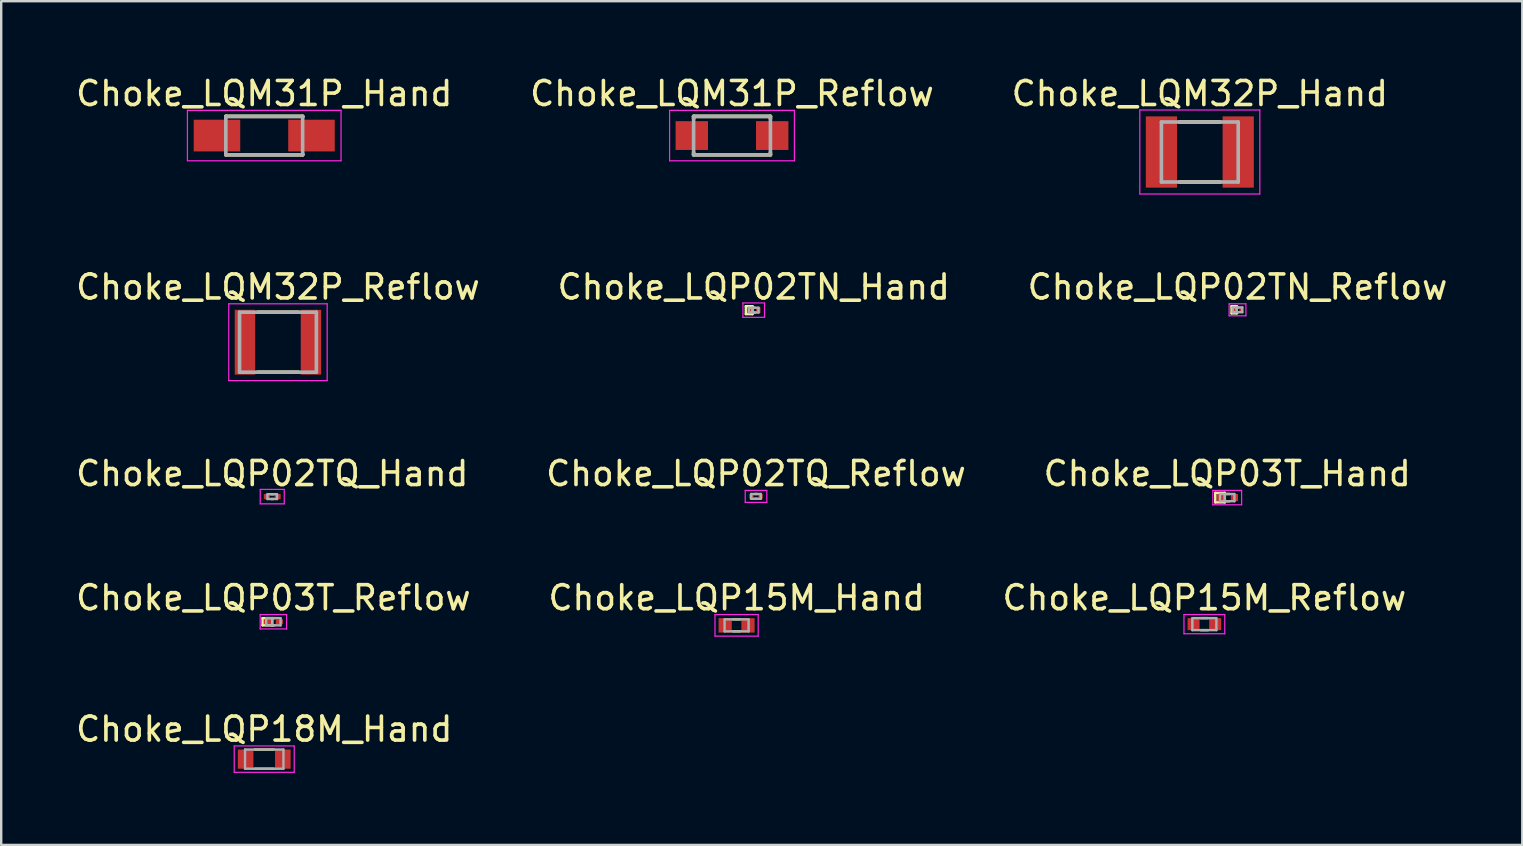
<source format=kicad_pcb>
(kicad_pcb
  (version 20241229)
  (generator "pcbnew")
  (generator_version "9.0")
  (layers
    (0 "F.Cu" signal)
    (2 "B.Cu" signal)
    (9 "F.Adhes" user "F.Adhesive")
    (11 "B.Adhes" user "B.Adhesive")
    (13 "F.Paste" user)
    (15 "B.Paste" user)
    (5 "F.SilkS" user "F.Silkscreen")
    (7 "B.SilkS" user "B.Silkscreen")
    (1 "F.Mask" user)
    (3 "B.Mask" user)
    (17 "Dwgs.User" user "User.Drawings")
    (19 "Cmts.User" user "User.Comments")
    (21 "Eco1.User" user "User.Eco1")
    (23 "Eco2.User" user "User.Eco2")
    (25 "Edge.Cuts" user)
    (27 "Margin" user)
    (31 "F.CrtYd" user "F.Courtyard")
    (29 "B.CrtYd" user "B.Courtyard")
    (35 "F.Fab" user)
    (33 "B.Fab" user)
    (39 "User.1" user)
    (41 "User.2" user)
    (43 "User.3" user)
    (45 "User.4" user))
  (footprint "Choke_LQM31P_Hand"
    (layer "F.Cu")
    (at 7.958 2.598)
    (property "Reference" "Choke_LQM31P_Hand" (at 0 -1.75 0) (layer "F.SilkS") (effects (font (size 1 1) (thickness 0.15))))
    (attr smd)
    (fp_line (start -1.6 -0.8) (end -1.6 -0.76) (stroke (width 0.15) (type solid)) (layer "F.SilkS"))
    (fp_line (start -1.6 -0.8) (end 1.6 -0.8) (stroke (width 0.15) (type solid)) (layer "F.SilkS"))
    (fp_line (start -1.6 0.76) (end -1.6 0.8) (stroke (width 0.15) (type solid)) (layer "F.SilkS"))
    (fp_line (start -1.6 0.8) (end 1.6 0.8) (stroke (width 0.15) (type solid)) (layer "F.SilkS"))
    (fp_line (start 1.6 -0.8) (end 1.6 -0.76) (stroke (width 0.15) (type solid)) (layer "F.SilkS"))
    (fp_line (start 1.6 0.76) (end 1.6 0.8) (stroke (width 0.15) (type solid)) (layer "F.SilkS"))
    (fp_line (start -3.2 -1.05) (end -3.2 1.05) (stroke (width 0.05) (type solid)) (layer "F.CrtYd"))
    (fp_line (start -3.2 -1.05) (end 3.2 -1.05) (stroke (width 0.05) (type solid)) (layer "F.CrtYd"))
    (fp_line (start -3.2 1.05) (end 3.2 1.05) (stroke (width 0.05) (type solid)) (layer "F.CrtYd"))
    (fp_line (start 3.2 -1.05) (end 3.2 1.05) (stroke (width 0.05) (type solid)) (layer "F.CrtYd"))
    (fp_line (start -1.6 -0.8) (end -1.6 0.8) (stroke (width 0.15) (type solid)) (layer "F.Fab"))
    (fp_line (start -1.6 -0.8) (end 1.6 -0.8) (stroke (width 0.15) (type solid)) (layer "F.Fab"))
    (fp_line (start -1.6 0.8) (end 1.6 0.8) (stroke (width 0.15) (type solid)) (layer "F.Fab"))
    (fp_line (start 1.6 -0.8) (end 1.6 0.8) (stroke (width 0.15) (type solid)) (layer "F.Fab"))
    (pad "1" smd rect (at -1.969 0) (size 1.938 1.32) (layers "F.Cu" "F.Mask" "F.Paste"))
    (pad "2" smd rect (at 1.969 0) (size 1.938 1.32) (layers "F.Cu" "F.Mask" "F.Paste")))
  (footprint "Choke_LQP18M_Hand"
    (layer "F.Cu")
    (at 7.958 28.576)
    (property "Reference" "Choke_LQP18M_Hand" (at 0 -1.25 0) (layer "F.SilkS") (effects (font (size 1 1) (thickness 0.15))))
    (attr smd)
    (fp_line (start -0.4 -0.4) (end 0.4 -0.4) (stroke (width 0.1) (type solid)) (layer "F.SilkS"))
    (fp_line (start -0.4 0.4) (end 0.4 0.4) (stroke (width 0.1) (type solid)) (layer "F.SilkS"))
    (fp_line (start -1.25 -0.55) (end -1.25 0.55) (stroke (width 0.05) (type solid)) (layer "F.CrtYd"))
    (fp_line (start -1.25 -0.55) (end 1.25 -0.55) (stroke (width 0.05) (type solid)) (layer "F.CrtYd"))
    (fp_line (start -1.25 0.55) (end 1.25 0.55) (stroke (width 0.05) (type solid)) (layer "F.CrtYd"))
    (fp_line (start 1.25 -0.55) (end 1.25 0.55) (stroke (width 0.05) (type solid)) (layer "F.CrtYd"))
    (fp_line (start -0.8 -0.4) (end -0.8 0.4) (stroke (width 0.1) (type solid)) (layer "F.Fab"))
    (fp_line (start -0.8 -0.4) (end 0.8 -0.4) (stroke (width 0.1) (type solid)) (layer "F.Fab"))
    (fp_line (start -0.8 0.4) (end 0.8 0.4) (stroke (width 0.1) (type solid)) (layer "F.Fab"))
    (fp_line (start 0.8 -0.4) (end 0.8 0.4) (stroke (width 0.1) (type solid)) (layer "F.Fab"))
    (pad "1" smd rect (at -0.775 0) (size 0.65 0.8) (layers "F.Cu" "F.Mask" "F.Paste"))
    (pad "2" smd rect (at 0.775 0) (size 0.65 0.8) (layers "F.Cu" "F.Mask" "F.Paste")))
  (footprint "Choke_LQP02TN_Reflow"
    (layer "F.Cu")
    (at 48.506 9.857)
    (property "Reference" "Choke_LQP02TN_Reflow" (at 0 -0.95 0) (layer "F.SilkS") (effects (font (size 1 1) (thickness 0.15))))
    (attr smd)
    (fp_line (start -0.25 -0.15) (end -0.03 -0.15) (stroke (width 0.1) (type solid)) (layer "F.SilkS"))
    (fp_line (start -0.25 0.15) (end -0.25 -0.15) (stroke (width 0.1) (type solid)) (layer "F.SilkS"))
    (fp_line (start -0.25 0.15) (end -0.03 0.15) (stroke (width 0.1) (type solid)) (layer "F.SilkS"))
    (fp_line (start -0.03 -0.15) (end -0.03 0.15) (stroke (width 0.1) (type solid)) (layer "F.SilkS"))
    (fp_line (start -0.03 -0.1) (end 0.03 -0.1) (stroke (width 0.1) (type solid)) (layer "F.SilkS"))
    (fp_line (start -0.03 0.1) (end 0.03 0.1) (stroke (width 0.1) (type solid)) (layer "F.SilkS"))
    (fp_line (start -0.35 -0.25) (end -0.35 0.25) (stroke (width 0.05) (type solid)) (layer "F.CrtYd"))
    (fp_line (start -0.35 -0.25) (end 0.35 -0.25) (stroke (width 0.05) (type solid)) (layer "F.CrtYd"))
    (fp_line (start -0.35 0.25) (end 0.35 0.25) (stroke (width 0.05) (type solid)) (layer "F.CrtYd"))
    (fp_line (start 0.35 -0.25) (end 0.35 0.25) (stroke (width 0.05) (type solid)) (layer "F.CrtYd"))
    (fp_line (start -0.2 -0.1) (end -0.2 0.1) (stroke (width 0.1) (type solid)) (layer "F.Fab"))
    (fp_line (start -0.2 -0.1) (end 0.2 -0.1) (stroke (width 0.1) (type solid)) (layer "F.Fab"))
    (fp_line (start -0.2 0.1) (end 0.2 0.1) (stroke (width 0.1) (type solid)) (layer "F.Fab"))
    (fp_line (start -0.03 -0.1) (end -0.03 0.1) (stroke (width 0.1) (type solid)) (layer "F.Fab"))
    (fp_line (start 0.2 -0.1) (end 0.2 0.1) (stroke (width 0.1) (type solid)) (layer "F.Fab"))
    (pad "1" smd rect (at -0.14 0) (size 0.12 0.2) (layers "F.Cu" "F.Mask" "F.Paste"))
    (pad "2" smd rect (at 0.14 0) (size 0.12 0.2) (layers "F.Cu" "F.Mask" "F.Paste")))
  (footprint "Choke_LQM32P_Reflow"
    (layer "F.Cu")
    (at 8.53 11.207)
    (property "Reference" "Choke_LQM32P_Reflow" (at 0 -2.3 0) (layer "F.SilkS") (effects (font (size 1 1) (thickness 0.15))))
    (attr smd)
    (fp_line (start -0.85 -1.25) (end 0.85 -1.25) (stroke (width 0.15) (type solid)) (layer "F.SilkS"))
    (fp_line (start -0.85 1.25) (end 0.85 1.25) (stroke (width 0.15) (type solid)) (layer "F.SilkS"))
    (fp_line (start -2.05 -1.6) (end -2.05 1.6) (stroke (width 0.05) (type solid)) (layer "F.CrtYd"))
    (fp_line (start -2.05 -1.6) (end 2.05 -1.6) (stroke (width 0.05) (type solid)) (layer "F.CrtYd"))
    (fp_line (start -2.05 1.6) (end 2.05 1.6) (stroke (width 0.05) (type solid)) (layer "F.CrtYd"))
    (fp_line (start 2.05 -1.6) (end 2.05 1.6) (stroke (width 0.05) (type solid)) (layer "F.CrtYd"))
    (fp_line (start -1.6 -1.25) (end -1.6 1.25) (stroke (width 0.15) (type solid)) (layer "F.Fab"))
    (fp_line (start -1.6 -1.25) (end 1.6 -1.25) (stroke (width 0.15) (type solid)) (layer "F.Fab"))
    (fp_line (start -1.6 1.25) (end 1.6 1.25) (stroke (width 0.15) (type solid)) (layer "F.Fab"))
    (fp_line (start 1.6 -1.25) (end 1.6 1.25) (stroke (width 0.15) (type solid)) (layer "F.Fab"))
    (pad "1" smd rect (at -1.375 0) (size 0.85 2.7) (layers "F.Cu" "F.Mask" "F.Paste"))
    (pad "2" smd rect (at 1.375 0) (size 0.85 2.7) (layers "F.Cu" "F.Mask" "F.Paste")))
  (footprint "Choke_LQM32P_Hand"
    (layer "F.Cu")
    (at 46.935 3.283)
    (property "Reference" "Choke_LQM32P_Hand" (at 0 -2.435 0) (layer "F.SilkS") (effects (font (size 1 1) (thickness 0.15))))
    (attr smd)
    (fp_line (start -0.85 -1.25) (end 0.85 -1.25) (stroke (width 0.15) (type solid)) (layer "F.SilkS"))
    (fp_line (start -0.85 1.25) (end 0.85 1.25) (stroke (width 0.15) (type solid)) (layer "F.SilkS"))
    (fp_line (start -2.5 -1.75) (end -2.5 1.75) (stroke (width 0.05) (type solid)) (layer "F.CrtYd"))
    (fp_line (start -2.5 -1.75) (end 2.5 -1.75) (stroke (width 0.05) (type solid)) (layer "F.CrtYd"))
    (fp_line (start -2.5 1.75) (end 2.5 1.75) (stroke (width 0.05) (type solid)) (layer "F.CrtYd"))
    (fp_line (start 2.5 -1.75) (end 2.5 1.75) (stroke (width 0.05) (type solid)) (layer "F.CrtYd"))
    (fp_line (start -1.6 -1.25) (end -1.6 1.25) (stroke (width 0.15) (type solid)) (layer "F.Fab"))
    (fp_line (start -1.6 -1.25) (end 1.6 -1.25) (stroke (width 0.15) (type solid)) (layer "F.Fab"))
    (fp_line (start -1.6 1.25) (end 1.6 1.25) (stroke (width 0.15) (type solid)) (layer "F.Fab"))
    (fp_line (start 1.6 -1.25) (end 1.6 1.25) (stroke (width 0.15) (type solid)) (layer "F.Fab"))
    (pad "1" smd rect (at -1.6 0) (size 1.3 2.97) (layers "F.Cu" "F.Mask" "F.Paste"))
    (pad "2" smd rect (at 1.6 0) (size 1.3 2.97) (layers "F.Cu" "F.Mask" "F.Paste")))
  (footprint "Choke_LQM31P_Reflow"
    (layer "F.Cu")
    (at 27.446 2.598)
    (property "Reference" "Choke_LQM31P_Reflow" (at 0 -1.75 0) (layer "F.SilkS") (effects (font (size 1 1) (thickness 0.15))))
    (attr smd)
    (fp_line (start -1.6 -0.8) (end -1.6 -0.7) (stroke (width 0.15) (type solid)) (layer "F.SilkS"))
    (fp_line (start -1.6 -0.8) (end 1.6 -0.8) (stroke (width 0.15) (type solid)) (layer "F.SilkS"))
    (fp_line (start -1.6 0.7) (end -1.6 0.8) (stroke (width 0.15) (type solid)) (layer "F.SilkS"))
    (fp_line (start -1.6 0.8) (end 1.6 0.8) (stroke (width 0.15) (type solid)) (layer "F.SilkS"))
    (fp_line (start 1.6 -0.8) (end 1.6 -0.7) (stroke (width 0.15) (type solid)) (layer "F.SilkS"))
    (fp_line (start 1.6 0.7) (end 1.6 0.8) (stroke (width 0.15) (type solid)) (layer "F.SilkS"))
    (fp_line (start -2.6 -1.05) (end -2.6 1.05) (stroke (width 0.05) (type solid)) (layer "F.CrtYd"))
    (fp_line (start -2.6 -1.05) (end 2.6 -1.05) (stroke (width 0.05) (type solid)) (layer "F.CrtYd"))
    (fp_line (start -2.6 1.05) (end 2.6 1.05) (stroke (width 0.05) (type solid)) (layer "F.CrtYd"))
    (fp_line (start 2.6 -1.05) (end 2.6 1.05) (stroke (width 0.05) (type solid)) (layer "F.CrtYd"))
    (fp_line (start -1.6 -0.8) (end -1.6 0.8) (stroke (width 0.15) (type solid)) (layer "F.Fab"))
    (fp_line (start -1.6 -0.8) (end 1.6 -0.8) (stroke (width 0.15) (type solid)) (layer "F.Fab"))
    (fp_line (start -1.6 0.8) (end 1.6 0.8) (stroke (width 0.15) (type solid)) (layer "F.Fab"))
    (fp_line (start 1.6 -0.8) (end 1.6 0.8) (stroke (width 0.15) (type solid)) (layer "F.Fab"))
    (pad "1" smd rect (at -1.675 0) (size 1.35 1.2) (layers "F.Cu" "F.Mask" "F.Paste"))
    (pad "2" smd rect (at 1.675 0) (size 1.35 1.2) (layers "F.Cu" "F.Mask" "F.Paste")))
  (footprint "Choke_LQP03T_Reflow"
    (layer "F.Cu")
    (at 8.339 22.853)
    (property "Reference" "Choke_LQP03T_Reflow" (at 0 -1 0) (layer "F.SilkS") (effects (font (size 1 1) (thickness 0.15))))
    (attr smd)
    (fp_line (start -0.45 -0.15) (end -0.05 -0.15) (stroke (width 0.1) (type solid)) (layer "F.SilkS"))
    (fp_line (start -0.45 0.15) (end -0.45 -0.15) (stroke (width 0.1) (type solid)) (layer "F.SilkS"))
    (fp_line (start -0.45 0.15) (end -0.05 0.15) (stroke (width 0.1) (type solid)) (layer "F.SilkS"))
    (fp_line (start -0.05 -0.15) (end -0.05 0.15) (stroke (width 0.1) (type solid)) (layer "F.SilkS"))
    (fp_line (start -0.05 -0.15) (end 0.05 -0.15) (stroke (width 0.1) (type solid)) (layer "F.SilkS"))
    (fp_line (start -0.05 0.15) (end 0.05 0.15) (stroke (width 0.1) (type solid)) (layer "F.SilkS"))
    (fp_line (start -0.55 -0.3) (end -0.55 0.3) (stroke (width 0.05) (type solid)) (layer "F.CrtYd"))
    (fp_line (start -0.55 -0.3) (end 0.55 -0.3) (stroke (width 0.05) (type solid)) (layer "F.CrtYd"))
    (fp_line (start -0.55 0.3) (end 0.55 0.3) (stroke (width 0.05) (type solid)) (layer "F.CrtYd"))
    (fp_line (start 0.55 -0.3) (end 0.55 0.3) (stroke (width 0.05) (type solid)) (layer "F.CrtYd"))
    (fp_line (start -0.3 -0.15) (end -0.3 0.15) (stroke (width 0.1) (type solid)) (layer "F.Fab"))
    (fp_line (start -0.3 -0.15) (end 0.3 -0.15) (stroke (width 0.1) (type solid)) (layer "F.Fab"))
    (fp_line (start -0.3 0.15) (end 0.3 0.15) (stroke (width 0.1) (type solid)) (layer "F.Fab"))
    (fp_line (start -0.05 -0.15) (end -0.05 0.15) (stroke (width 0.1) (type solid)) (layer "F.Fab"))
    (fp_line (start 0.3 -0.15) (end 0.3 0.15) (stroke (width 0.1) (type solid)) (layer "F.Fab"))
    (pad "1" smd rect (at -0.25 0) (size 0.3 0.2) (layers "F.Cu" "F.Mask" "F.Paste"))
    (pad "2" smd rect (at 0.25 0) (size 0.3 0.2) (layers "F.Cu" "F.Mask" "F.Paste")))
  (footprint "Choke_LQP02TQ_Hand"
    (layer "F.Cu")
    (at 8.292 17.64)
    (property "Reference" "Choke_LQP02TQ_Hand" (at 0 -0.96 0) (layer "F.SilkS") (effects (font (size 1 1) (thickness 0.15))))
    (attr smd)
    (fp_line (start -0.05 -0.1) (end 0.05 -0.1) (stroke (width 0.1) (type solid)) (layer "F.SilkS"))
    (fp_line (start -0.05 0.1) (end 0.05 0.1) (stroke (width 0.1) (type solid)) (layer "F.SilkS"))
    (fp_line (start -0.5 -0.3) (end -0.5 0.3) (stroke (width 0.05) (type solid)) (layer "F.CrtYd"))
    (fp_line (start -0.5 -0.3) (end 0.5 -0.3) (stroke (width 0.05) (type solid)) (layer "F.CrtYd"))
    (fp_line (start -0.5 0.3) (end 0.5 0.3) (stroke (width 0.05) (type solid)) (layer "F.CrtYd"))
    (fp_line (start 0.5 -0.3) (end 0.5 0.3) (stroke (width 0.05) (type solid)) (layer "F.CrtYd"))
    (fp_line (start -0.2 -0.1) (end -0.2 0.1) (stroke (width 0.1) (type solid)) (layer "F.Fab"))
    (fp_line (start -0.2 -0.1) (end 0.2 -0.1) (stroke (width 0.1) (type solid)) (layer "F.Fab"))
    (fp_line (start -0.2 0.1) (end 0.2 0.1) (stroke (width 0.1) (type solid)) (layer "F.Fab"))
    (fp_line (start 0.2 -0.1) (end 0.2 0.1) (stroke (width 0.1) (type solid)) (layer "F.Fab"))
    (pad "1" smd rect (at -0.225 0) (size 0.25 0.22) (layers "F.Cu" "F.Mask" "F.Paste"))
    (pad "2" smd rect (at 0.225 0) (size 0.25 0.22) (layers "F.Cu" "F.Mask" "F.Paste")))
  (footprint "Choke_LQP15M_Hand"
    (layer "F.Cu")
    (at 27.637 23.003)
    (property "Reference" "Choke_LQP15M_Hand" (at 0 -1.15 0) (layer "F.SilkS") (effects (font (size 1 1) (thickness 0.15))))
    (attr smd)
    (fp_line (start -0.15 -0.25) (end 0.15 -0.25) (stroke (width 0.1) (type solid)) (layer "F.SilkS"))
    (fp_line (start -0.15 0.25) (end 0.15 0.25) (stroke (width 0.1) (type solid)) (layer "F.SilkS"))
    (fp_line (start -0.9 -0.45) (end -0.9 0.45) (stroke (width 0.05) (type solid)) (layer "F.CrtYd"))
    (fp_line (start -0.9 -0.45) (end 0.9 -0.45) (stroke (width 0.05) (type solid)) (layer "F.CrtYd"))
    (fp_line (start -0.9 0.45) (end 0.9 0.45) (stroke (width 0.05) (type solid)) (layer "F.CrtYd"))
    (fp_line (start 0.9 -0.45) (end 0.9 0.45) (stroke (width 0.05) (type solid)) (layer "F.CrtYd"))
    (fp_line (start -0.5 -0.25) (end -0.5 0.25) (stroke (width 0.1) (type solid)) (layer "F.Fab"))
    (fp_line (start -0.5 -0.25) (end 0.5 -0.25) (stroke (width 0.1) (type solid)) (layer "F.Fab"))
    (fp_line (start -0.5 0.25) (end 0.5 0.25) (stroke (width 0.1) (type solid)) (layer "F.Fab"))
    (fp_line (start 0.5 -0.25) (end 0.5 0.25) (stroke (width 0.1) (type solid)) (layer "F.Fab"))
    (pad "1" smd rect (at -0.475 0) (size 0.55 0.6) (layers "F.Cu" "F.Mask" "F.Paste"))
    (pad "2" smd rect (at 0.475 0) (size 0.55 0.6) (layers "F.Cu" "F.Mask" "F.Paste")))
  (footprint "Choke_LQP02TQ_Reflow"
    (layer "F.Cu")
    (at 28.446 17.63)
    (property "Reference" "Choke_LQP02TQ_Reflow" (at 0 -0.95 0) (layer "F.SilkS") (effects (font (size 1 1) (thickness 0.15))))
    (attr smd)
    (fp_line (start -0.05 -0.1) (end 0.05 -0.1) (stroke (width 0.1) (type solid)) (layer "F.SilkS"))
    (fp_line (start -0.05 0.1) (end 0.05 0.1) (stroke (width 0.1) (type solid)) (layer "F.SilkS"))
    (fp_line (start -0.45 -0.25) (end -0.45 0.25) (stroke (width 0.05) (type solid)) (layer "F.CrtYd"))
    (fp_line (start -0.45 -0.25) (end 0.45 -0.25) (stroke (width 0.05) (type solid)) (layer "F.CrtYd"))
    (fp_line (start -0.45 0.25) (end 0.45 0.25) (stroke (width 0.05) (type solid)) (layer "F.CrtYd"))
    (fp_line (start 0.45 -0.25) (end 0.45 0.25) (stroke (width 0.05) (type solid)) (layer "F.CrtYd"))
    (fp_line (start -0.2 -0.1) (end -0.2 0.1) (stroke (width 0.1) (type solid)) (layer "F.Fab"))
    (fp_line (start -0.2 -0.1) (end 0.2 -0.1) (stroke (width 0.1) (type solid)) (layer "F.Fab"))
    (fp_line (start -0.2 0.1) (end 0.2 0.1) (stroke (width 0.1) (type solid)) (layer "F.Fab"))
    (fp_line (start 0.2 -0.1) (end 0.2 0.1) (stroke (width 0.1) (type solid)) (layer "F.Fab"))
    (pad "1" smd rect (at -0.19 0) (size 0.18 0.2) (layers "F.Cu" "F.Mask" "F.Paste"))
    (pad "2" smd rect (at 0.19 0) (size 0.18 0.2) (layers "F.Cu" "F.Mask" "F.Paste")))
  (footprint "Choke_LQP15M_Reflow"
    (layer "F.Cu")
    (at 47.125 22.953)
    (property "Reference" "Choke_LQP15M_Reflow" (at 0 -1.1 0) (layer "F.SilkS") (effects (font (size 1 1) (thickness 0.15))))
    (attr smd)
    (fp_line (start -0.15 -0.25) (end 0.15 -0.25) (stroke (width 0.1) (type solid)) (layer "F.SilkS"))
    (fp_line (start -0.15 0.25) (end 0.15 0.25) (stroke (width 0.1) (type solid)) (layer "F.SilkS"))
    (fp_line (start -0.85 -0.4) (end -0.85 0.4) (stroke (width 0.05) (type solid)) (layer "F.CrtYd"))
    (fp_line (start -0.85 -0.4) (end 0.85 -0.4) (stroke (width 0.05) (type solid)) (layer "F.CrtYd"))
    (fp_line (start -0.85 0.4) (end 0.85 0.4) (stroke (width 0.05) (type solid)) (layer "F.CrtYd"))
    (fp_line (start 0.85 -0.4) (end 0.85 0.4) (stroke (width 0.05) (type solid)) (layer "F.CrtYd"))
    (fp_line (start -0.5 -0.25) (end -0.5 0.25) (stroke (width 0.1) (type solid)) (layer "F.Fab"))
    (fp_line (start -0.5 -0.25) (end 0.5 -0.25) (stroke (width 0.1) (type solid)) (layer "F.Fab"))
    (fp_line (start -0.5 0.25) (end 0.5 0.25) (stroke (width 0.1) (type solid)) (layer "F.Fab"))
    (fp_line (start 0.5 -0.25) (end 0.5 0.25) (stroke (width 0.1) (type solid)) (layer "F.Fab"))
    (pad "1" smd rect (at -0.45 0) (size 0.5 0.5) (layers "F.Cu" "F.Mask" "F.Paste"))
    (pad "2" smd rect (at 0.45 0) (size 0.5 0.5) (layers "F.Cu" "F.Mask" "F.Paste")))
  (footprint "Choke_LQP02TN_Hand"
    (layer "F.Cu")
    (at 28.351 9.871)
    (property "Reference" "Choke_LQP02TN_Hand" (at 0 -0.965 0) (layer "F.SilkS") (effects (font (size 1 1) (thickness 0.15))))
    (attr smd)
    (fp_line (start -0.33 -0.165) (end -0.05 -0.165) (stroke (width 0.1) (type solid)) (layer "F.SilkS"))
    (fp_line (start -0.33 0.165) (end -0.33 -0.165) (stroke (width 0.1) (type solid)) (layer "F.SilkS"))
    (fp_line (start -0.33 0.165) (end -0.05 0.165) (stroke (width 0.1) (type solid)) (layer "F.SilkS"))
    (fp_line (start -0.05 -0.165) (end -0.05 0.165) (stroke (width 0.1) (type solid)) (layer "F.SilkS"))
    (fp_line (start -0.05 -0.1) (end 0.05 -0.1) (stroke (width 0.1) (type solid)) (layer "F.SilkS"))
    (fp_line (start -0.05 0.1) (end 0.05 0.1) (stroke (width 0.1) (type solid)) (layer "F.SilkS"))
    (fp_line (start -0.45 -0.3) (end -0.45 0.3) (stroke (width 0.05) (type solid)) (layer "F.CrtYd"))
    (fp_line (start -0.45 -0.3) (end 0.45 -0.3) (stroke (width 0.05) (type solid)) (layer "F.CrtYd"))
    (fp_line (start -0.45 0.3) (end 0.45 0.3) (stroke (width 0.05) (type solid)) (layer "F.CrtYd"))
    (fp_line (start 0.45 -0.3) (end 0.45 0.3) (stroke (width 0.05) (type solid)) (layer "F.CrtYd"))
    (fp_line (start -0.2 -0.1) (end -0.2 0.1) (stroke (width 0.1) (type solid)) (layer "F.Fab"))
    (fp_line (start -0.2 -0.1) (end 0.2 -0.1) (stroke (width 0.1) (type solid)) (layer "F.Fab"))
    (fp_line (start -0.2 0.1) (end 0.2 0.1) (stroke (width 0.1) (type solid)) (layer "F.Fab"))
    (fp_line (start -0.05 -0.1) (end -0.05 0.1) (stroke (width 0.1) (type solid)) (layer "F.Fab"))
    (fp_line (start 0.2 -0.1) (end 0.2 0.1) (stroke (width 0.1) (type solid)) (layer "F.Fab"))
    (pad "1" smd rect (at -0.19 0) (size 0.18 0.23) (layers "F.Cu" "F.Mask" "F.Paste"))
    (pad "2" smd rect (at 0.19 0) (size 0.18 0.23) (layers "F.Cu" "F.Mask" "F.Paste")))
  (footprint "Choke_LQP03T_Hand"
    (layer "F.Cu")
    (at 48.077 17.68)
    (property "Reference" "Choke_LQP03T_Hand" (at 0 -1 0) (layer "F.SilkS") (effects (font (size 1 1) (thickness 0.15))))
    (attr smd)
    (fp_line (start -0.5 -0.2) (end -0.1 -0.2) (stroke (width 0.1) (type solid)) (layer "F.SilkS"))
    (fp_line (start -0.5 0.2) (end -0.5 -0.2) (stroke (width 0.1) (type solid)) (layer "F.SilkS"))
    (fp_line (start -0.5 0.2) (end -0.1 0.2) (stroke (width 0.1) (type solid)) (layer "F.SilkS"))
    (fp_line (start -0.1 -0.2) (end -0.1 0.2) (stroke (width 0.1) (type solid)) (layer "F.SilkS"))
    (fp_line (start -0.1 -0.15) (end 0.1 -0.15) (stroke (width 0.1) (type solid)) (layer "F.SilkS"))
    (fp_line (start -0.1 0.15) (end 0.1 0.15) (stroke (width 0.1) (type solid)) (layer "F.SilkS"))
    (fp_line (start -0.6 -0.3) (end -0.6 0.3) (stroke (width 0.05) (type solid)) (layer "F.CrtYd"))
    (fp_line (start -0.6 -0.3) (end 0.6 -0.3) (stroke (width 0.05) (type solid)) (layer "F.CrtYd"))
    (fp_line (start -0.6 0.3) (end 0.6 0.3) (stroke (width 0.05) (type solid)) (layer "F.CrtYd"))
    (fp_line (start 0.6 -0.3) (end 0.6 0.3) (stroke (width 0.05) (type solid)) (layer "F.CrtYd"))
    (fp_line (start -0.3 -0.15) (end -0.3 0.15) (stroke (width 0.1) (type solid)) (layer "F.Fab"))
    (fp_line (start -0.3 -0.15) (end 0.3 -0.15) (stroke (width 0.1) (type solid)) (layer "F.Fab"))
    (fp_line (start -0.3 0.15) (end 0.3 0.15) (stroke (width 0.1) (type solid)) (layer "F.Fab"))
    (fp_line (start -0.1 -0.15) (end -0.1 0.15) (stroke (width 0.1) (type solid)) (layer "F.Fab"))
    (fp_line (start 0.3 -0.15) (end 0.3 0.15) (stroke (width 0.1) (type solid)) (layer "F.Fab"))
    (pad "1" smd rect (at -0.3 0) (size 0.3 0.3) (layers "F.Cu" "F.Mask" "F.Paste"))
    (pad "2" smd rect (at 0.3 0) (size 0.3 0.3) (layers "F.Cu" "F.Mask" "F.Paste")))
  (gr_rect
    (start -3 -3)
    (end 60.369 32.151)
    (stroke (width 0.1) (type default))
    (fill no)
    (layer "Edge.Cuts")))
</source>
